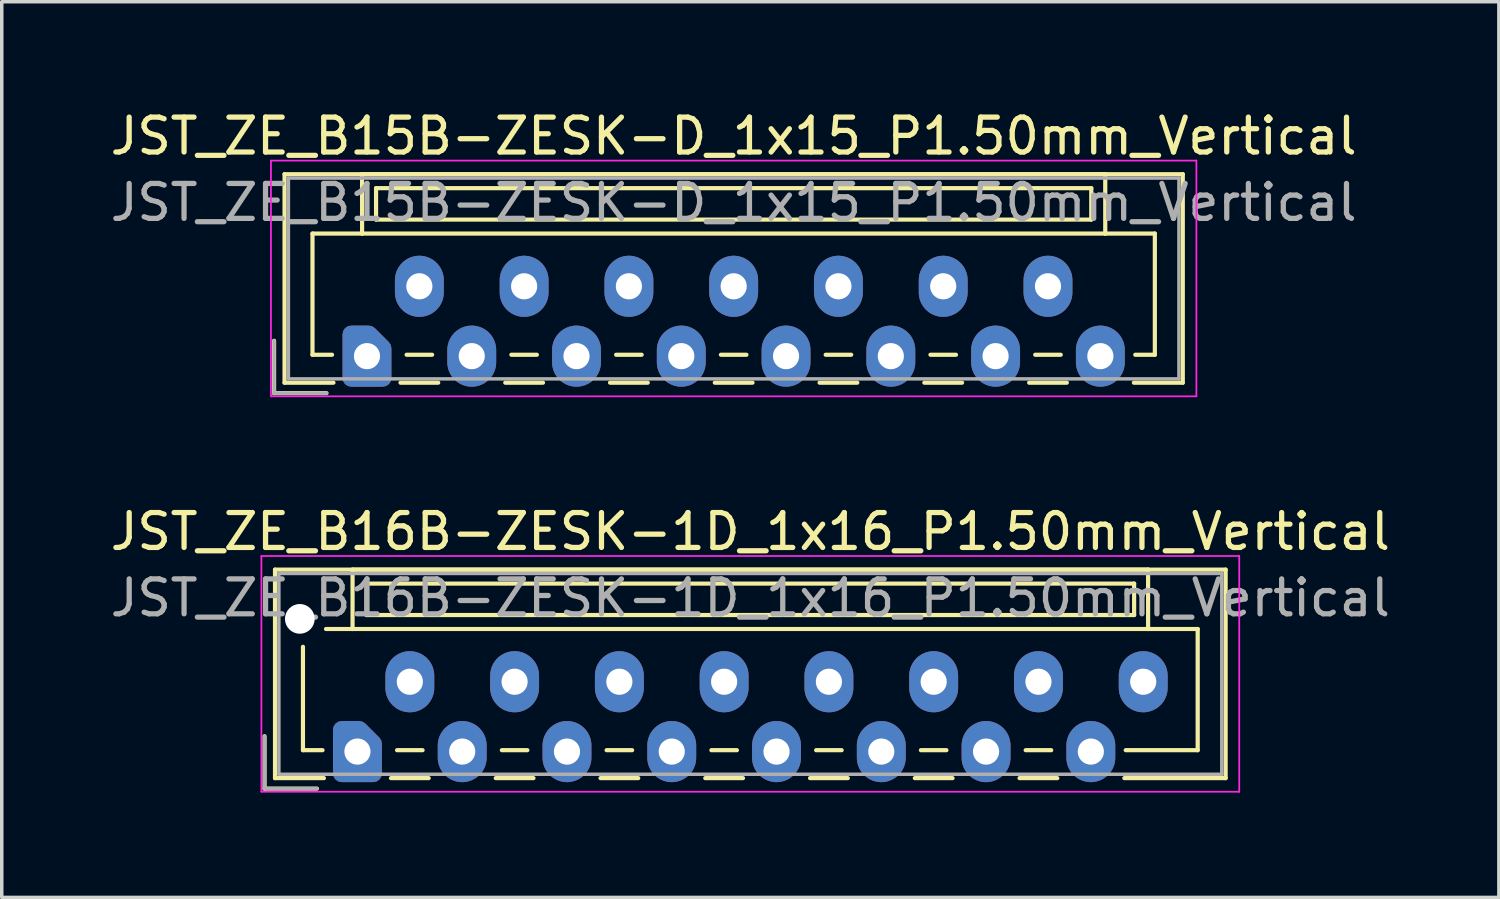
<source format=kicad_pcb>
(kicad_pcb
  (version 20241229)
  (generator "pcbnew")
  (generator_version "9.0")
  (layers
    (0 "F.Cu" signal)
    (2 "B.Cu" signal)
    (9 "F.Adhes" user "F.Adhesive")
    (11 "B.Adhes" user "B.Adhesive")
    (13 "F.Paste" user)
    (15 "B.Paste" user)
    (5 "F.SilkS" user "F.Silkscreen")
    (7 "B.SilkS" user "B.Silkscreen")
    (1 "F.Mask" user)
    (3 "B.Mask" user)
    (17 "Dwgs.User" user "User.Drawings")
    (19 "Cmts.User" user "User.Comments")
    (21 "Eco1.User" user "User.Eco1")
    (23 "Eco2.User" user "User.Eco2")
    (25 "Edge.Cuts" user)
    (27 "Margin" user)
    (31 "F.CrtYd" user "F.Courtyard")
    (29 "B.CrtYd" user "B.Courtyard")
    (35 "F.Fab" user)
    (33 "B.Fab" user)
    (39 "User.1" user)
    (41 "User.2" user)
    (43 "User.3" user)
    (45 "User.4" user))
  (footprint "JST_ZE_B15B-ZESK-D_1x15_P1.50mm_Vertical"
    (layer "F.Cu")
    (at 7.458 7.148)
    (property "Reference" "JST_ZE_B15B-ZESK-D_1x15_P1.50mm_Vertical" (at 10.5 -6.3 0) (layer "F.SilkS") (effects (font (size 1 1) (thickness 0.15))))
    (attr through_hole)
    (fp_line (start -2.66 -0.44) (end -2.66 1.06) (stroke (width 0.12) (type solid)) (layer "F.SilkS"))
    (fp_line (start -2.66 1.06) (end -1.16 1.06) (stroke (width 0.12) (type solid)) (layer "F.SilkS"))
    (fp_line (start -2.36 -5.21) (end 23.36 -5.21) (stroke (width 0.12) (type solid)) (layer "F.SilkS"))
    (fp_line (start -2.36 0.76) (end -2.36 -5.21) (stroke (width 0.12) (type solid)) (layer "F.SilkS"))
    (fp_line (start -1.56 -3.51) (end -1.56 -0.04) (stroke (width 0.12) (type solid)) (layer "F.SilkS"))
    (fp_line (start -1.56 -0.04) (end -1 -0.04) (stroke (width 0.12) (type solid)) (layer "F.SilkS"))
    (fp_line (start -0.96 0.76) (end -2.36 0.76) (stroke (width 0.12) (type solid)) (layer "F.SilkS"))
    (fp_line (start -0.14 -5.21) (end -0.14 -3.51) (stroke (width 0.12) (type solid)) (layer "F.SilkS"))
    (fp_line (start -0.14 -3.51) (end -1.56 -3.51) (stroke (width 0.12) (type solid)) (layer "F.SilkS"))
    (fp_line (start -0.14 -3.51) (end 21.14 -3.51) (stroke (width 0.12) (type solid)) (layer "F.SilkS"))
    (fp_line (start 0.26 -4.81) (end 0.26 -3.91) (stroke (width 0.12) (type solid)) (layer "F.SilkS"))
    (fp_line (start 0.26 -3.91) (end 20.74 -3.91) (stroke (width 0.12) (type solid)) (layer "F.SilkS"))
    (fp_line (start 0.96 0.76) (end 2.04 0.76) (stroke (width 0.12) (type solid)) (layer "F.SilkS"))
    (fp_line (start 1.135 -0.04) (end 1.865 -0.04) (stroke (width 0.12) (type solid)) (layer "F.SilkS"))
    (fp_line (start 3.96 0.76) (end 5.04 0.76) (stroke (width 0.12) (type solid)) (layer "F.SilkS"))
    (fp_line (start 4.135 -0.04) (end 4.865 -0.04) (stroke (width 0.12) (type solid)) (layer "F.SilkS"))
    (fp_line (start 6.96 0.76) (end 8.04 0.76) (stroke (width 0.12) (type solid)) (layer "F.SilkS"))
    (fp_line (start 7.135 -0.04) (end 7.865 -0.04) (stroke (width 0.12) (type solid)) (layer "F.SilkS"))
    (fp_line (start 9.96 0.76) (end 11.04 0.76) (stroke (width 0.12) (type solid)) (layer "F.SilkS"))
    (fp_line (start 10.135 -0.04) (end 10.865 -0.04) (stroke (width 0.12) (type solid)) (layer "F.SilkS"))
    (fp_line (start 12.96 0.76) (end 14.04 0.76) (stroke (width 0.12) (type solid)) (layer "F.SilkS"))
    (fp_line (start 13.135 -0.04) (end 13.865 -0.04) (stroke (width 0.12) (type solid)) (layer "F.SilkS"))
    (fp_line (start 15.96 0.76) (end 17.04 0.76) (stroke (width 0.12) (type solid)) (layer "F.SilkS"))
    (fp_line (start 16.135 -0.04) (end 16.865 -0.04) (stroke (width 0.12) (type solid)) (layer "F.SilkS"))
    (fp_line (start 18.96 0.76) (end 20.04 0.76) (stroke (width 0.12) (type solid)) (layer "F.SilkS"))
    (fp_line (start 19.135 -0.04) (end 19.865 -0.04) (stroke (width 0.12) (type solid)) (layer "F.SilkS"))
    (fp_line (start 20.74 -4.81) (end 0.26 -4.81) (stroke (width 0.12) (type solid)) (layer "F.SilkS"))
    (fp_line (start 20.74 -3.91) (end 20.74 -4.81) (stroke (width 0.12) (type solid)) (layer "F.SilkS"))
    (fp_line (start 21.14 -5.21) (end -0.14 -5.21) (stroke (width 0.12) (type solid)) (layer "F.SilkS"))
    (fp_line (start 21.14 -3.51) (end 21.14 -5.21) (stroke (width 0.12) (type solid)) (layer "F.SilkS"))
    (fp_line (start 21.14 -3.51) (end 22.56 -3.51) (stroke (width 0.12) (type solid)) (layer "F.SilkS"))
    (fp_line (start 22.56 -3.51) (end 22.56 -0.04) (stroke (width 0.12) (type solid)) (layer "F.SilkS"))
    (fp_line (start 22.56 -0.04) (end 22 -0.04) (stroke (width 0.12) (type solid)) (layer "F.SilkS"))
    (fp_line (start 23.36 -5.21) (end 23.36 0.76) (stroke (width 0.12) (type solid)) (layer "F.SilkS"))
    (fp_line (start 23.36 0.76) (end 21.96 0.76) (stroke (width 0.12) (type solid)) (layer "F.SilkS"))
    (fp_line (start -2.75 -5.6) (end -2.75 1.15) (stroke (width 0.05) (type solid)) (layer "F.CrtYd"))
    (fp_line (start -2.75 1.15) (end 23.75 1.15) (stroke (width 0.05) (type solid)) (layer "F.CrtYd"))
    (fp_line (start 23.75 -5.6) (end -2.75 -5.6) (stroke (width 0.05) (type solid)) (layer "F.CrtYd"))
    (fp_line (start 23.75 1.15) (end 23.75 -5.6) (stroke (width 0.05) (type solid)) (layer "F.CrtYd"))
    (fp_line (start -2.66 -0.44) (end -2.66 1.06) (stroke (width 0.1) (type solid)) (layer "F.Fab"))
    (fp_line (start -2.66 1.06) (end -1.16 1.06) (stroke (width 0.1) (type solid)) (layer "F.Fab"))
    (fp_line (start -2.25 -5.1) (end -2.25 0.65) (stroke (width 0.1) (type solid)) (layer "F.Fab"))
    (fp_line (start -2.25 0.65) (end 23.25 0.65) (stroke (width 0.1) (type solid)) (layer "F.Fab"))
    (fp_line (start 23.25 -5.1) (end -2.25 -5.1) (stroke (width 0.1) (type solid)) (layer "F.Fab"))
    (fp_line (start 23.25 0.65) (end 23.25 -5.1) (stroke (width 0.1) (type solid)) (layer "F.Fab"))
    (fp_text user "${REFERENCE}" (at 10.5 -4.4 0) (layer "F.Fab") (effects (font (size 1 1) (thickness 0.15))))
    (pad "1" thru_hole custom (at 0 0) (size 1.117 1.117) (drill 0.75) (layers "*.Cu" "*.Mask") (options (anchor circle)) (primitives (gr_poly (pts (xy 0.45 -0.225) (xy 0.45 0.625) (xy -0.45 0.625) (xy -0.45 -0.625) (xy 0.05 -0.625)) (width 0.5) (fill yes))))
    (pad "2" thru_hole oval (at 1.5 -2) (size 1.4 1.75) (drill 0.75) (layers "*.Cu" "*.Mask"))
    (pad "3" thru_hole oval (at 3 0) (size 1.4 1.75) (drill 0.75) (layers "*.Cu" "*.Mask"))
    (pad "4" thru_hole oval (at 4.5 -2) (size 1.4 1.75) (drill 0.75) (layers "*.Cu" "*.Mask"))
    (pad "5" thru_hole oval (at 6 0) (size 1.4 1.75) (drill 0.75) (layers "*.Cu" "*.Mask"))
    (pad "6" thru_hole oval (at 7.5 -2) (size 1.4 1.75) (drill 0.75) (layers "*.Cu" "*.Mask"))
    (pad "7" thru_hole oval (at 9 0) (size 1.4 1.75) (drill 0.75) (layers "*.Cu" "*.Mask"))
    (pad "8" thru_hole oval (at 10.5 -2) (size 1.4 1.75) (drill 0.75) (layers "*.Cu" "*.Mask"))
    (pad "9" thru_hole oval (at 12 0) (size 1.4 1.75) (drill 0.75) (layers "*.Cu" "*.Mask"))
    (pad "10" thru_hole oval (at 13.5 -2) (size 1.4 1.75) (drill 0.75) (layers "*.Cu" "*.Mask"))
    (pad "11" thru_hole oval (at 15 0) (size 1.4 1.75) (drill 0.75) (layers "*.Cu" "*.Mask"))
    (pad "12" thru_hole oval (at 16.5 -2) (size 1.4 1.75) (drill 0.75) (layers "*.Cu" "*.Mask"))
    (pad "13" thru_hole oval (at 18 0) (size 1.4 1.75) (drill 0.75) (layers "*.Cu" "*.Mask"))
    (pad "14" thru_hole oval (at 19.5 -2) (size 1.4 1.75) (drill 0.75) (layers "*.Cu" "*.Mask"))
    (pad "15" thru_hole oval (at 21 0) (size 1.4 1.75) (drill 0.75) (layers "*.Cu" "*.Mask")))
  (footprint "JST_ZE_B16B-ZESK-1D_1x16_P1.50mm_Vertical"
    (layer "F.Cu")
    (at 7.185 18.471)
    (property "Reference" "JST_ZE_B16B-ZESK-1D_1x16_P1.50mm_Vertical" (at 11.25 -6.3 0) (layer "F.SilkS") (effects (font (size 1 1) (thickness 0.15))))
    (attr through_hole)
    (fp_line (start -2.66 -0.44) (end -2.66 1.06) (stroke (width 0.12) (type solid)) (layer "F.SilkS"))
    (fp_line (start -2.66 1.06) (end -1.16 1.06) (stroke (width 0.12) (type solid)) (layer "F.SilkS"))
    (fp_line (start -2.36 -5.21) (end 24.86 -5.21) (stroke (width 0.12) (type solid)) (layer "F.SilkS"))
    (fp_line (start -2.36 0.76) (end -2.36 -5.21) (stroke (width 0.12) (type solid)) (layer "F.SilkS"))
    (fp_line (start -1.56 -3) (end -1.56 -0.04) (stroke (width 0.12) (type solid)) (layer "F.SilkS"))
    (fp_line (start -1.56 -0.04) (end -1 -0.04) (stroke (width 0.12) (type solid)) (layer "F.SilkS"))
    (fp_line (start -0.96 0.76) (end -2.36 0.76) (stroke (width 0.12) (type solid)) (layer "F.SilkS"))
    (fp_line (start -0.14 -5.21) (end -0.14 -3.51) (stroke (width 0.12) (type solid)) (layer "F.SilkS"))
    (fp_line (start -0.14 -3.51) (end -0.9 -3.51) (stroke (width 0.12) (type solid)) (layer "F.SilkS"))
    (fp_line (start -0.14 -3.51) (end 22.64 -3.51) (stroke (width 0.12) (type solid)) (layer "F.SilkS"))
    (fp_line (start 0.26 -4.81) (end 0.26 -3.91) (stroke (width 0.12) (type solid)) (layer "F.SilkS"))
    (fp_line (start 0.26 -3.91) (end 22.24 -3.91) (stroke (width 0.12) (type solid)) (layer "F.SilkS"))
    (fp_line (start 0.96 0.76) (end 2.04 0.76) (stroke (width 0.12) (type solid)) (layer "F.SilkS"))
    (fp_line (start 1.135 -0.04) (end 1.865 -0.04) (stroke (width 0.12) (type solid)) (layer "F.SilkS"))
    (fp_line (start 3.96 0.76) (end 5.04 0.76) (stroke (width 0.12) (type solid)) (layer "F.SilkS"))
    (fp_line (start 4.135 -0.04) (end 4.865 -0.04) (stroke (width 0.12) (type solid)) (layer "F.SilkS"))
    (fp_line (start 6.96 0.76) (end 8.04 0.76) (stroke (width 0.12) (type solid)) (layer "F.SilkS"))
    (fp_line (start 7.135 -0.04) (end 7.865 -0.04) (stroke (width 0.12) (type solid)) (layer "F.SilkS"))
    (fp_line (start 9.96 0.76) (end 11.04 0.76) (stroke (width 0.12) (type solid)) (layer "F.SilkS"))
    (fp_line (start 10.135 -0.04) (end 10.865 -0.04) (stroke (width 0.12) (type solid)) (layer "F.SilkS"))
    (fp_line (start 12.96 0.76) (end 14.04 0.76) (stroke (width 0.12) (type solid)) (layer "F.SilkS"))
    (fp_line (start 13.135 -0.04) (end 13.865 -0.04) (stroke (width 0.12) (type solid)) (layer "F.SilkS"))
    (fp_line (start 15.96 0.76) (end 17.04 0.76) (stroke (width 0.12) (type solid)) (layer "F.SilkS"))
    (fp_line (start 16.135 -0.04) (end 16.865 -0.04) (stroke (width 0.12) (type solid)) (layer "F.SilkS"))
    (fp_line (start 18.96 0.76) (end 20.04 0.76) (stroke (width 0.12) (type solid)) (layer "F.SilkS"))
    (fp_line (start 19.135 -0.04) (end 19.865 -0.04) (stroke (width 0.12) (type solid)) (layer "F.SilkS"))
    (fp_line (start 22.24 -4.81) (end 0.26 -4.81) (stroke (width 0.12) (type solid)) (layer "F.SilkS"))
    (fp_line (start 22.24 -3.91) (end 22.24 -4.81) (stroke (width 0.12) (type solid)) (layer "F.SilkS"))
    (fp_line (start 22.64 -5.21) (end -0.14 -5.21) (stroke (width 0.12) (type solid)) (layer "F.SilkS"))
    (fp_line (start 22.64 -3.51) (end 22.64 -5.21) (stroke (width 0.12) (type solid)) (layer "F.SilkS"))
    (fp_line (start 22.64 -3.51) (end 24.06 -3.51) (stroke (width 0.12) (type solid)) (layer "F.SilkS"))
    (fp_line (start 24.06 -3.51) (end 24.06 -0.04) (stroke (width 0.12) (type solid)) (layer "F.SilkS"))
    (fp_line (start 24.06 -0.04) (end 22 -0.04) (stroke (width 0.12) (type solid)) (layer "F.SilkS"))
    (fp_line (start 24.86 -5.21) (end 24.86 0.76) (stroke (width 0.12) (type solid)) (layer "F.SilkS"))
    (fp_line (start 24.86 0.76) (end 21.96 0.76) (stroke (width 0.12) (type solid)) (layer "F.SilkS"))
    (fp_line (start -2.75 -5.6) (end -2.75 1.15) (stroke (width 0.05) (type solid)) (layer "F.CrtYd"))
    (fp_line (start -2.75 1.15) (end 25.25 1.15) (stroke (width 0.05) (type solid)) (layer "F.CrtYd"))
    (fp_line (start 25.25 -5.6) (end -2.75 -5.6) (stroke (width 0.05) (type solid)) (layer "F.CrtYd"))
    (fp_line (start 25.25 1.15) (end 25.25 -5.6) (stroke (width 0.05) (type solid)) (layer "F.CrtYd"))
    (fp_line (start -2.66 -0.44) (end -2.66 1.06) (stroke (width 0.1) (type solid)) (layer "F.Fab"))
    (fp_line (start -2.66 1.06) (end -1.16 1.06) (stroke (width 0.1) (type solid)) (layer "F.Fab"))
    (fp_line (start -2.25 -5.1) (end -2.25 0.65) (stroke (width 0.1) (type solid)) (layer "F.Fab"))
    (fp_line (start -2.25 0.65) (end 24.75 0.65) (stroke (width 0.1) (type solid)) (layer "F.Fab"))
    (fp_line (start 24.75 -5.1) (end -2.25 -5.1) (stroke (width 0.1) (type solid)) (layer "F.Fab"))
    (fp_line (start 24.75 0.65) (end 24.75 -5.1) (stroke (width 0.1) (type solid)) (layer "F.Fab"))
    (fp_text user "${REFERENCE}" (at 11.25 -4.4 0) (layer "F.Fab") (effects (font (size 1 1) (thickness 0.15))))
    (pad "" np_thru_hole circle (at -1.65 -3.8) (size 0.85 0.85) (drill 0.85) (layers "*.Cu" "*.Mask"))
    (pad "1" thru_hole custom (at 0 0) (size 1.117 1.117) (drill 0.75) (layers "*.Cu" "*.Mask") (options (anchor circle)) (primitives (gr_poly (pts (xy 0.45 -0.225) (xy 0.45 0.625) (xy -0.45 0.625) (xy -0.45 -0.625) (xy 0.05 -0.625)) (width 0.5) (fill yes))))
    (pad "2" thru_hole oval (at 1.5 -2) (size 1.4 1.75) (drill 0.75) (layers "*.Cu" "*.Mask"))
    (pad "3" thru_hole oval (at 3 0) (size 1.4 1.75) (drill 0.75) (layers "*.Cu" "*.Mask"))
    (pad "4" thru_hole oval (at 4.5 -2) (size 1.4 1.75) (drill 0.75) (layers "*.Cu" "*.Mask"))
    (pad "5" thru_hole oval (at 6 0) (size 1.4 1.75) (drill 0.75) (layers "*.Cu" "*.Mask"))
    (pad "6" thru_hole oval (at 7.5 -2) (size 1.4 1.75) (drill 0.75) (layers "*.Cu" "*.Mask"))
    (pad "7" thru_hole oval (at 9 0) (size 1.4 1.75) (drill 0.75) (layers "*.Cu" "*.Mask"))
    (pad "8" thru_hole oval (at 10.5 -2) (size 1.4 1.75) (drill 0.75) (layers "*.Cu" "*.Mask"))
    (pad "9" thru_hole oval (at 12 0) (size 1.4 1.75) (drill 0.75) (layers "*.Cu" "*.Mask"))
    (pad "10" thru_hole oval (at 13.5 -2) (size 1.4 1.75) (drill 0.75) (layers "*.Cu" "*.Mask"))
    (pad "11" thru_hole oval (at 15 0) (size 1.4 1.75) (drill 0.75) (layers "*.Cu" "*.Mask"))
    (pad "12" thru_hole oval (at 16.5 -2) (size 1.4 1.75) (drill 0.75) (layers "*.Cu" "*.Mask"))
    (pad "13" thru_hole oval (at 18 0) (size 1.4 1.75) (drill 0.75) (layers "*.Cu" "*.Mask"))
    (pad "14" thru_hole oval (at 19.5 -2) (size 1.4 1.75) (drill 0.75) (layers "*.Cu" "*.Mask"))
    (pad "15" thru_hole oval (at 21 0) (size 1.4 1.75) (drill 0.75) (layers "*.Cu" "*.Mask"))
    (pad "16" thru_hole oval (at 22.5 -2) (size 1.4 1.75) (drill 0.75) (layers "*.Cu" "*.Mask")))
  (gr_rect
    (start -3 -3)
    (end 39.869 22.646)
    (stroke (width 0.1) (type default))
    (fill no)
    (layer "Edge.Cuts")))
</source>
